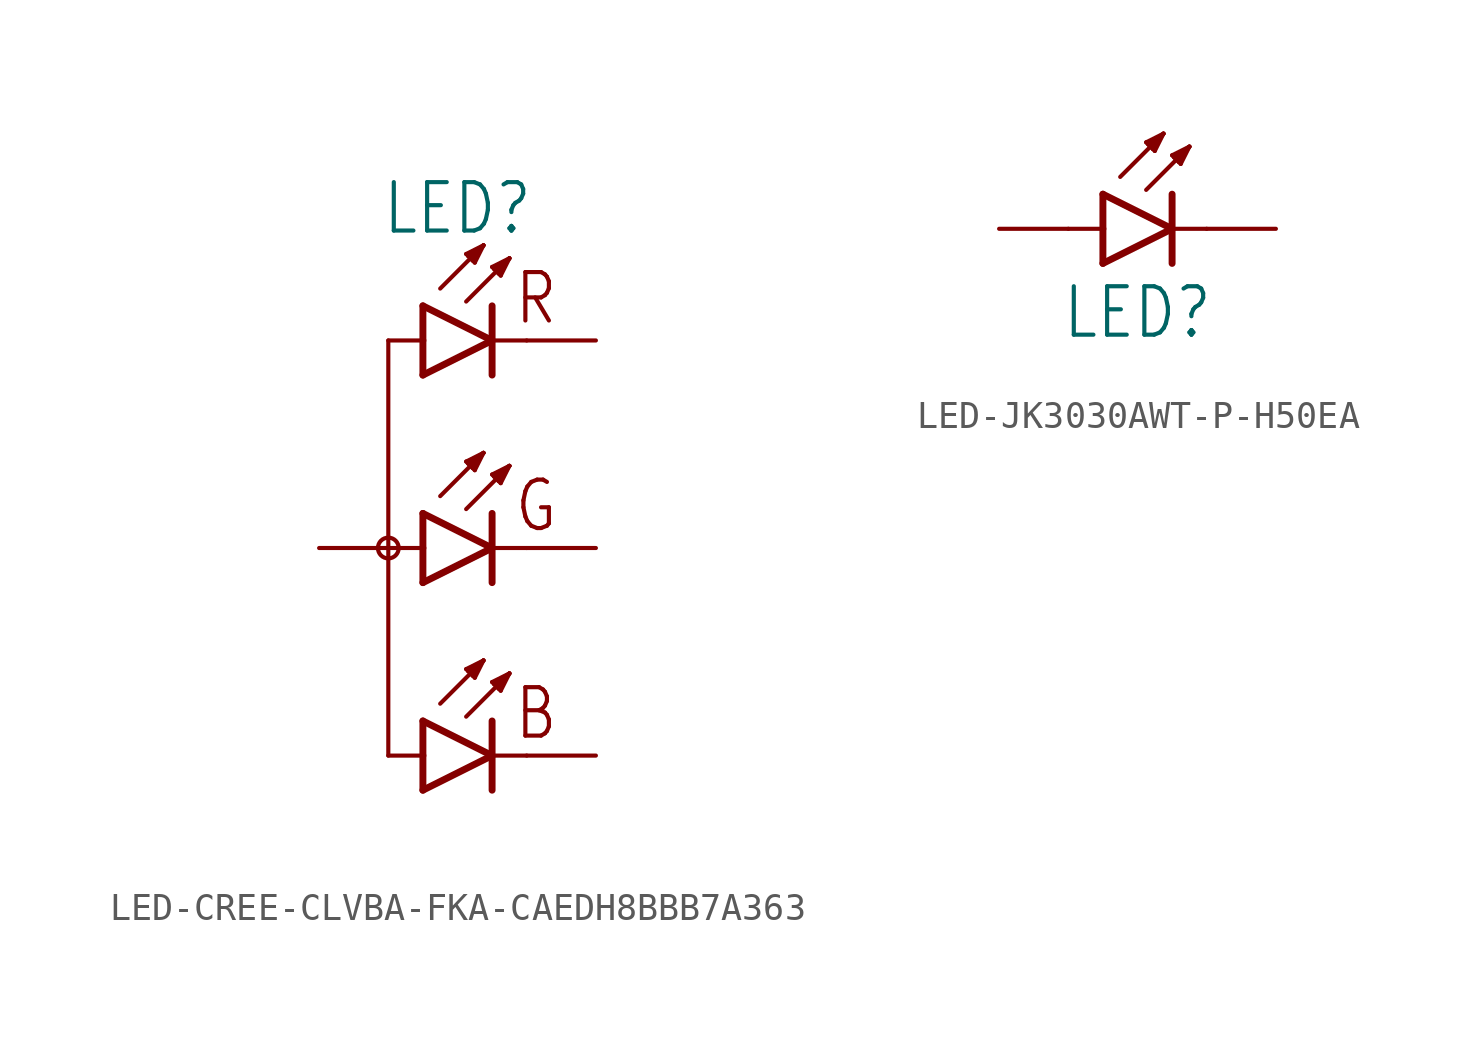
<source format=kicad_sym>
(kicad_symbol_lib
  (version 20231120)
  (generator "kicad_symbol_editor")
  (generator_version "8.0")
  (symbol "LED-CREE-CLVBA-FKA-CAEDH8BBB7A363"
    (property "Reference" "LED"
      (at 0 11.43 0)
      (effects (font (size 1.778 1.511)) (justify bottom)))
    (property "Value" ""
      (at 1.016 -9.398 0)
      (effects (font (size 1.778 1.511)) (justify top)))
    (property "ki_locked" ""
      (at 0 0 0)
      (effects (font (size 1.27 1.27))))
    (symbol "LED-CREE-CLVBA-FKA-CAEDH8BBB7A363_1_0"
      (circle (center -2.54 0) (radius 0.381) (stroke (width 0) (type solid)) (fill (type none)))
      (polyline (pts (xy -2.54 -7.62) (xy -2.54 0)) (stroke (width 0.152) (type solid)) (fill (type none)))
      (polyline (pts (xy -2.54 -7.62) (xy -1.27 -7.62)) (stroke (width 0.152) (type solid)) (fill (type none)))
      (polyline (pts (xy -2.54 0) (xy -2.54 7.62)) (stroke (width 0.152) (type solid)) (fill (type none)))
      (polyline (pts (xy -2.54 0) (xy -1.27 0)) (stroke (width 0.152) (type solid)) (fill (type none)))
      (polyline (pts (xy -2.54 7.62) (xy -1.27 7.62)) (stroke (width 0.152) (type solid)) (fill (type none)))
      (polyline (pts (xy -1.27 -8.89) (xy 1.27 -7.62)) (stroke (width 0.254) (type solid)) (fill (type none)))
      (polyline (pts (xy -1.27 -7.62) (xy -1.27 -8.89)) (stroke (width 0.254) (type solid)) (fill (type none)))
      (polyline (pts (xy -1.27 -6.35) (xy -1.27 -7.62)) (stroke (width 0.254) (type solid)) (fill (type none)))
      (polyline (pts (xy -1.27 -1.27) (xy 1.27 0)) (stroke (width 0.254) (type solid)) (fill (type none)))
      (polyline (pts (xy -1.27 0) (xy -1.27 -1.27)) (stroke (width 0.254) (type solid)) (fill (type none)))
      (polyline (pts (xy -1.27 1.27) (xy -1.27 0)) (stroke (width 0.254) (type solid)) (fill (type none)))
      (polyline (pts (xy -1.27 6.35) (xy 1.27 7.62)) (stroke (width 0.254) (type solid)) (fill (type none)))
      (polyline (pts (xy -1.27 7.62) (xy -1.27 6.35)) (stroke (width 0.254) (type solid)) (fill (type none)))
      (polyline (pts (xy -1.27 8.89) (xy -1.27 7.62)) (stroke (width 0.254) (type solid)) (fill (type none)))
      (polyline (pts (xy -0.635 -5.715) (xy 0.953 -4.128)) (stroke (width 0.152) (type solid)) (fill (type none)))
      (polyline (pts (xy -0.635 1.905) (xy 0.953 3.493)) (stroke (width 0.152) (type solid)) (fill (type none)))
      (polyline (pts (xy -0.635 9.525) (xy 0.953 11.113)) (stroke (width 0.152) (type solid)) (fill (type none)))
      (polyline (pts (xy 0.318 -6.191) (xy 1.905 -4.604)) (stroke (width 0.152) (type solid)) (fill (type none)))
      (polyline (pts (xy 0.318 -4.445) (xy 0.397 -4.524)) (stroke (width 0.152) (type solid)) (fill (type none)))
      (polyline (pts (xy 0.318 1.429) (xy 1.905 3.016)) (stroke (width 0.152) (type solid)) (fill (type none)))
      (polyline (pts (xy 0.318 3.175) (xy 0.397 3.096)) (stroke (width 0.152) (type solid)) (fill (type none)))
      (polyline (pts (xy 0.318 9.049) (xy 1.905 10.636)) (stroke (width 0.152) (type solid)) (fill (type none)))
      (polyline (pts (xy 0.318 10.795) (xy 0.397 10.716)) (stroke (width 0.152) (type solid)) (fill (type none)))
      (polyline (pts (xy 0.397 -4.524) (xy 0.556 -4.683)) (stroke (width 0.152) (type solid)) (fill (type none)))
      (polyline (pts (xy 0.397 3.096) (xy 0.556 2.937)) (stroke (width 0.152) (type solid)) (fill (type none)))
      (polyline (pts (xy 0.397 10.716) (xy 0.556 10.557)) (stroke (width 0.152) (type solid)) (fill (type none)))
      (polyline (pts (xy 0.556 -4.683) (xy 0.635 -4.763)) (stroke (width 0.152) (type solid)) (fill (type none)))
      (polyline (pts (xy 0.556 2.937) (xy 0.635 2.857)) (stroke (width 0.152) (type solid)) (fill (type none)))
      (polyline (pts (xy 0.556 10.557) (xy 0.635 10.477)) (stroke (width 0.152) (type solid)) (fill (type none)))
      (polyline (pts (xy 0.635 -4.763) (xy 0.953 -4.128)) (stroke (width 0.152) (type solid)) (fill (type none)))
      (polyline (pts (xy 0.635 2.857) (xy 0.953 3.493)) (stroke (width 0.152) (type solid)) (fill (type none)))
      (polyline (pts (xy 0.635 10.477) (xy 0.953 11.113)) (stroke (width 0.152) (type solid)) (fill (type none)))
      (polyline (pts (xy 0.953 -4.128) (xy 0.318 -4.445)) (stroke (width 0.152) (type solid)) (fill (type none)))
      (polyline (pts (xy 0.953 -4.128) (xy 0.397 -4.524)) (stroke (width 0.152) (type solid)) (fill (type none)))
      (polyline (pts (xy 0.953 -4.128) (xy 0.556 -4.683)) (stroke (width 0.152) (type solid)) (fill (type none)))
      (polyline (pts (xy 0.953 3.493) (xy 0.318 3.175)) (stroke (width 0.152) (type solid)) (fill (type none)))
      (polyline (pts (xy 0.953 3.493) (xy 0.397 3.096)) (stroke (width 0.152) (type solid)) (fill (type none)))
      (polyline (pts (xy 0.953 3.493) (xy 0.556 2.937)) (stroke (width 0.152) (type solid)) (fill (type none)))
      (polyline (pts (xy 0.953 11.113) (xy 0.318 10.795)) (stroke (width 0.152) (type solid)) (fill (type none)))
      (polyline (pts (xy 0.953 11.113) (xy 0.397 10.716)) (stroke (width 0.152) (type solid)) (fill (type none)))
      (polyline (pts (xy 0.953 11.113) (xy 0.556 10.557)) (stroke (width 0.152) (type solid)) (fill (type none)))
      (polyline (pts (xy 1.27 -7.62) (xy -1.27 -6.35)) (stroke (width 0.254) (type solid)) (fill (type none)))
      (polyline (pts (xy 1.27 -7.62) (xy 1.27 -8.89)) (stroke (width 0.254) (type solid)) (fill (type none)))
      (polyline (pts (xy 1.27 -6.35) (xy 1.27 -7.62)) (stroke (width 0.254) (type solid)) (fill (type none)))
      (polyline (pts (xy 1.27 -4.921) (xy 1.349 -5.001)) (stroke (width 0.152) (type solid)) (fill (type none)))
      (polyline (pts (xy 1.27 0) (xy -1.27 1.27)) (stroke (width 0.254) (type solid)) (fill (type none)))
      (polyline (pts (xy 1.27 0) (xy 1.27 -1.27)) (stroke (width 0.254) (type solid)) (fill (type none)))
      (polyline (pts (xy 1.27 1.27) (xy 1.27 0)) (stroke (width 0.254) (type solid)) (fill (type none)))
      (polyline (pts (xy 1.27 2.699) (xy 1.349 2.619)) (stroke (width 0.152) (type solid)) (fill (type none)))
      (polyline (pts (xy 1.27 7.62) (xy -1.27 8.89)) (stroke (width 0.254) (type solid)) (fill (type none)))
      (polyline (pts (xy 1.27 7.62) (xy 1.27 6.35)) (stroke (width 0.254) (type solid)) (fill (type none)))
      (polyline (pts (xy 1.27 8.89) (xy 1.27 7.62)) (stroke (width 0.254) (type solid)) (fill (type none)))
      (polyline (pts (xy 1.27 10.319) (xy 1.349 10.239)) (stroke (width 0.152) (type solid)) (fill (type none)))
      (polyline (pts (xy 1.349 -5.001) (xy 1.508 -5.159)) (stroke (width 0.152) (type solid)) (fill (type none)))
      (polyline (pts (xy 1.349 2.619) (xy 1.508 2.461)) (stroke (width 0.152) (type solid)) (fill (type none)))
      (polyline (pts (xy 1.349 10.239) (xy 1.508 10.081)) (stroke (width 0.152) (type solid)) (fill (type none)))
      (polyline (pts (xy 1.508 -5.159) (xy 1.587 -5.239)) (stroke (width 0.152) (type solid)) (fill (type none)))
      (polyline (pts (xy 1.508 2.461) (xy 1.587 2.381)) (stroke (width 0.152) (type solid)) (fill (type none)))
      (polyline (pts (xy 1.508 10.081) (xy 1.587 10.001)) (stroke (width 0.152) (type solid)) (fill (type none)))
      (polyline (pts (xy 1.587 -5.239) (xy 1.905 -4.604)) (stroke (width 0.152) (type solid)) (fill (type none)))
      (polyline (pts (xy 1.587 2.381) (xy 1.905 3.016)) (stroke (width 0.152) (type solid)) (fill (type none)))
      (polyline (pts (xy 1.587 10.001) (xy 1.905 10.636)) (stroke (width 0.152) (type solid)) (fill (type none)))
      (polyline (pts (xy 1.905 -4.604) (xy 1.27 -4.921)) (stroke (width 0.152) (type solid)) (fill (type none)))
      (polyline (pts (xy 1.905 -4.604) (xy 1.349 -5.001)) (stroke (width 0.152) (type solid)) (fill (type none)))
      (polyline (pts (xy 1.905 -4.604) (xy 1.508 -5.159)) (stroke (width 0.152) (type solid)) (fill (type none)))
      (polyline (pts (xy 1.905 3.016) (xy 1.27 2.699)) (stroke (width 0.152) (type solid)) (fill (type none)))
      (polyline (pts (xy 1.905 3.016) (xy 1.349 2.619)) (stroke (width 0.152) (type solid)) (fill (type none)))
      (polyline (pts (xy 1.905 3.016) (xy 1.508 2.461)) (stroke (width 0.152) (type solid)) (fill (type none)))
      (polyline (pts (xy 1.905 10.636) (xy 1.27 10.319)) (stroke (width 0.152) (type solid)) (fill (type none)))
      (polyline (pts (xy 1.905 10.636) (xy 1.349 10.239)) (stroke (width 0.152) (type solid)) (fill (type none)))
      (polyline (pts (xy 1.905 10.636) (xy 1.508 10.081)) (stroke (width 0.152) (type solid)) (fill (type none)))
      (polyline (pts (xy 2.54 -7.62) (xy 1.27 -7.62)) (stroke (width 0.152) (type solid)) (fill (type none)))
      (polyline (pts (xy 2.54 0) (xy 1.27 0)) (stroke (width 0.152) (type solid)) (fill (type none)))
      (polyline (pts (xy 2.54 7.62) (xy 1.27 7.62)) (stroke (width 0.152) (type solid)) (fill (type none)))
      (text "B" (at 2.032 -7.112 0) (effects (font (size 1.778 1.511)) (justify left bottom)))
      (text "G" (at 2.032 0.508 0) (effects (font (size 1.778 1.511)) (justify left bottom)))
      (text "R" (at 2.032 8.128 0) (effects (font (size 1.778 1.511)) (justify left bottom)))
      (pin passive line (at 5.08 7.62 180) (length 2.54) (name "C_R" (effects (font (size 0 0)))) (number "1" (effects (font (size 0 0)))))
      (pin passive line (at -5.08 0 0) (length 2.54) (name "A" (effects (font (size 0 0)))) (number "2" (effects (font (size 0 0)))))
      (pin passive line (at 5.08 -7.62 180) (length 2.54) (name "C_B" (effects (font (size 0 0)))) (number "3" (effects (font (size 0 0)))))
      (pin passive line (at 5.08 0 180) (length 2.54) (name "C_G" (effects (font (size 0 0)))) (number "4" (effects (font (size 0 0)))))))
  (symbol "LED-JK3030AWT-P-H50EA"
    (property "Reference" "LED"
      (at 0 -2.032 0)
      (effects (font (size 1.778 1.511)) (justify top)))
    (property "Value" ""
      (at 0 -4.572 0)
      (effects (font (size 1.778 1.511)) (justify top)))
    (property "ki_locked" ""
      (at 0 0 0)
      (effects (font (size 1.27 1.27))))
    (symbol "LED-JK3030AWT-P-H50EA_1_0"
      (polyline (pts (xy -2.54 0) (xy -1.27 0)) (stroke (width 0.152) (type solid)) (fill (type none)))
      (polyline (pts (xy -1.27 -1.27) (xy 1.27 0)) (stroke (width 0.254) (type solid)) (fill (type none)))
      (polyline (pts (xy -1.27 0) (xy -1.27 -1.27)) (stroke (width 0.254) (type solid)) (fill (type none)))
      (polyline (pts (xy -1.27 1.27) (xy -1.27 0)) (stroke (width 0.254) (type solid)) (fill (type none)))
      (polyline (pts (xy -0.635 1.905) (xy 0.953 3.493)) (stroke (width 0.152) (type solid)) (fill (type none)))
      (polyline (pts (xy 0.318 1.429) (xy 1.905 3.016)) (stroke (width 0.152) (type solid)) (fill (type none)))
      (polyline (pts (xy 0.318 3.175) (xy 0.397 3.096)) (stroke (width 0.152) (type solid)) (fill (type none)))
      (polyline (pts (xy 0.397 3.096) (xy 0.556 2.937)) (stroke (width 0.152) (type solid)) (fill (type none)))
      (polyline (pts (xy 0.556 2.937) (xy 0.635 2.857)) (stroke (width 0.152) (type solid)) (fill (type none)))
      (polyline (pts (xy 0.635 2.857) (xy 0.953 3.493)) (stroke (width 0.152) (type solid)) (fill (type none)))
      (polyline (pts (xy 0.953 3.493) (xy 0.318 3.175)) (stroke (width 0.152) (type solid)) (fill (type none)))
      (polyline (pts (xy 0.953 3.493) (xy 0.397 3.096)) (stroke (width 0.152) (type solid)) (fill (type none)))
      (polyline (pts (xy 0.953 3.493) (xy 0.556 2.937)) (stroke (width 0.152) (type solid)) (fill (type none)))
      (polyline (pts (xy 1.27 0) (xy -1.27 1.27)) (stroke (width 0.254) (type solid)) (fill (type none)))
      (polyline (pts (xy 1.27 0) (xy 1.27 -1.27)) (stroke (width 0.254) (type solid)) (fill (type none)))
      (polyline (pts (xy 1.27 1.27) (xy 1.27 0)) (stroke (width 0.254) (type solid)) (fill (type none)))
      (polyline (pts (xy 1.27 2.699) (xy 1.349 2.619)) (stroke (width 0.152) (type solid)) (fill (type none)))
      (polyline (pts (xy 1.349 2.619) (xy 1.508 2.461)) (stroke (width 0.152) (type solid)) (fill (type none)))
      (polyline (pts (xy 1.508 2.461) (xy 1.587 2.381)) (stroke (width 0.152) (type solid)) (fill (type none)))
      (polyline (pts (xy 1.587 2.381) (xy 1.905 3.016)) (stroke (width 0.152) (type solid)) (fill (type none)))
      (polyline (pts (xy 1.905 3.016) (xy 1.27 2.699)) (stroke (width 0.152) (type solid)) (fill (type none)))
      (polyline (pts (xy 1.905 3.016) (xy 1.349 2.619)) (stroke (width 0.152) (type solid)) (fill (type none)))
      (polyline (pts (xy 1.905 3.016) (xy 1.508 2.461)) (stroke (width 0.152) (type solid)) (fill (type none)))
      (polyline (pts (xy 2.54 0) (xy 1.27 0)) (stroke (width 0.152) (type solid)) (fill (type none)))
      (pin passive line (at -5.08 0 0) (length 2.54) (name "A" (effects (font (size 0 0)))) (number "A" (effects (font (size 0 0)))))
      (pin passive line (at 5.08 0 180) (length 2.54) (name "C" (effects (font (size 0 0)))) (number "C" (effects (font (size 0 0))))))))
</source>
